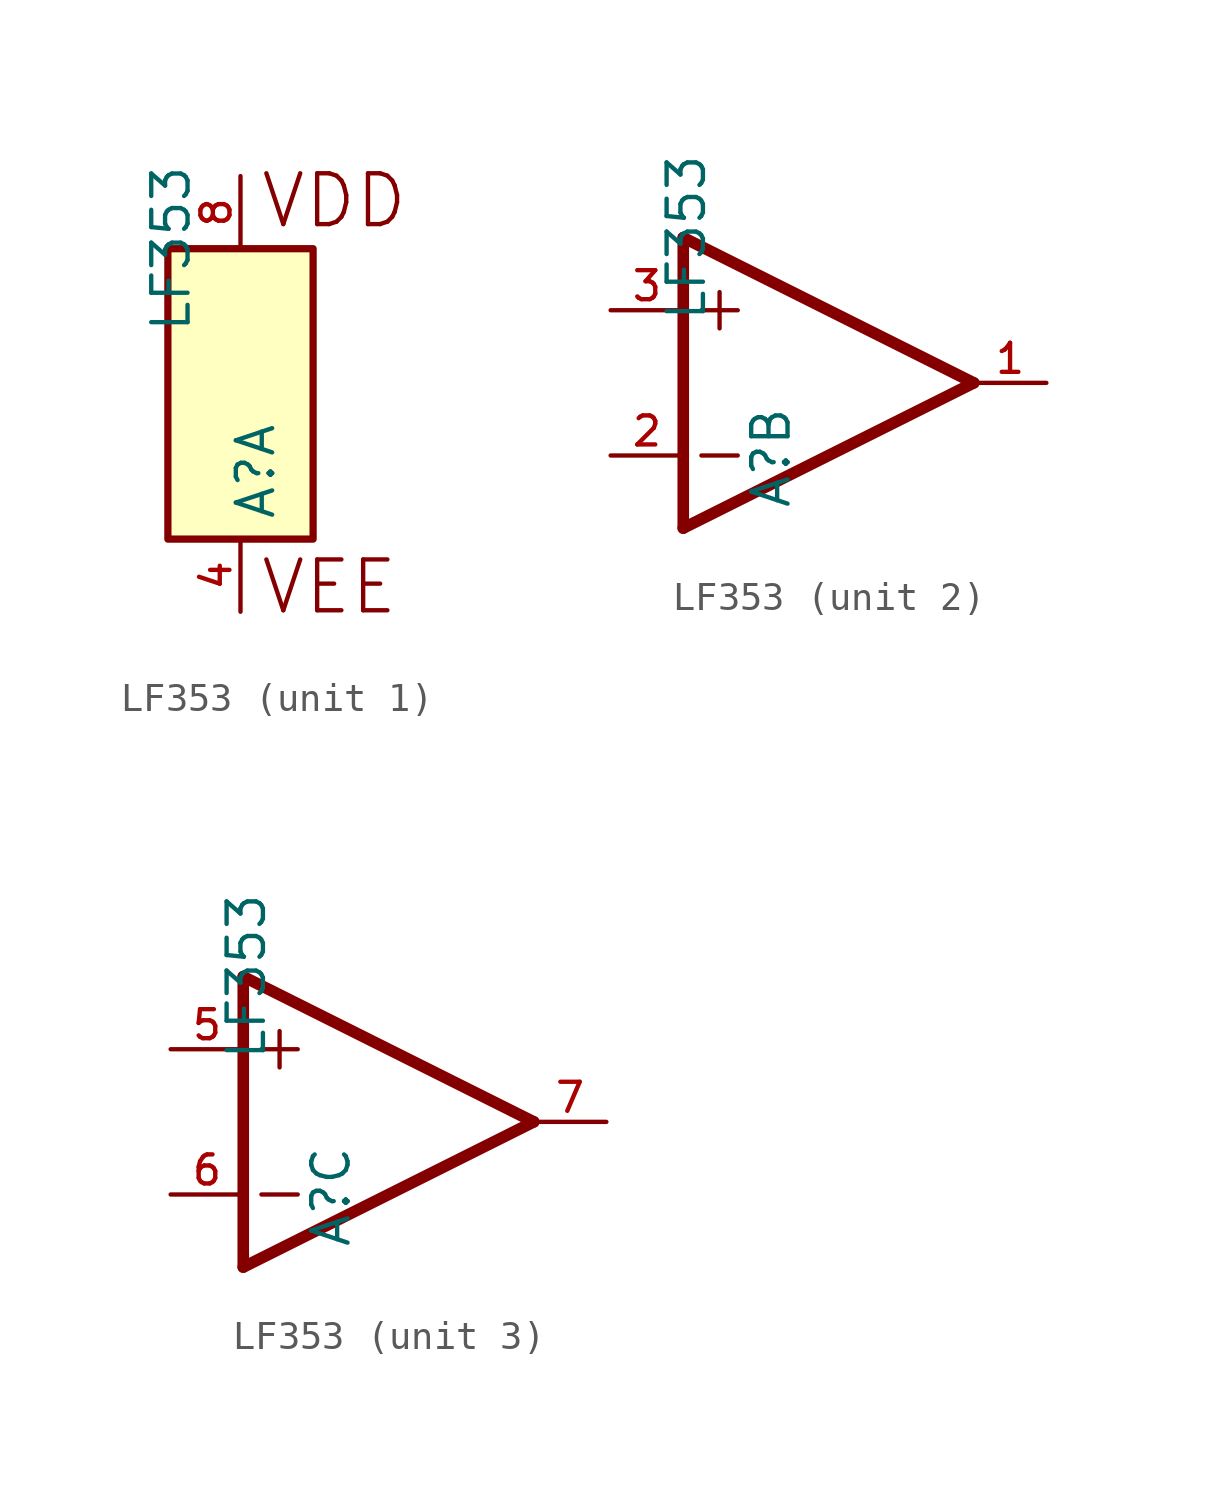
<source format=kicad_sym>
(kicad_symbol_lib
  (version 20211014)
  (generator kicad_symbol_editor)
  (symbol "LF353"
    (pin_names
      (offset 1.016))
    (property "Reference" "A"
      (at 1.27 -4.445 90.0)
      (effects (font (size 1.27 1.27)) (justify bottom left)))
    (property "Value" "LF353"
      (at -3.175 5.08 90.0)
      (effects (font (size 1.27 1.27)) (justify top)))
    (symbol "LF353_1_0"
      (text "VDD" (at 0.635 5.715 0) (effects (font (size 1.778 1.778)) (justify bottom left)))
      (text "VEE" (at 0.635 -5.715 0) (effects (font (size 1.778 1.778)) (justify top left)))
      (rectangle (start -2.54 -5.08) (end 2.54 5.08) (stroke (width 0.254)) (fill (type background)))
      (pin power_in line (at 0.0 7.62 270.0) (length 2.54) (name "~" (effects (font (size 1.016 1.016)))) (number "8" (effects (font (size 1.016 1.016)))))
      (pin power_in line (at 0.0 -7.62 90.0) (length 2.54) (name "~" (effects (font (size 1.016 1.016)))) (number "4" (effects (font (size 1.016 1.016))))))
    (symbol "LF353_2_0"
      (polyline (pts (xy -2.54 5.08) (xy -2.54 -5.08)) (stroke (width 0.406)))
      (polyline (pts (xy -2.54 -5.08) (xy 7.62 0.0)) (stroke (width 0.406)))
      (polyline (pts (xy 7.62 0.0) (xy -2.54 5.08)) (stroke (width 0.406)))
      (polyline (pts (xy -1.27 3.175) (xy -1.27 1.905)) (stroke (width 0.152)))
      (polyline (pts (xy -1.905 2.54) (xy -0.635 2.54)) (stroke (width 0.152)))
      (polyline (pts (xy -1.905 -2.54) (xy -0.635 -2.54)) (stroke (width 0.152)))
      (pin input line (at -5.08 -2.54 0) (length 2.54) (name "~" (effects (font (size 1.016 1.016)))) (number "2" (effects (font (size 1.016 1.016)))))
      (pin input line (at -5.08 2.54 0) (length 2.54) (name "~" (effects (font (size 1.016 1.016)))) (number "3" (effects (font (size 1.016 1.016)))))
      (pin output line (at 10.16 0.0 180.0) (length 2.54) (name "~" (effects (font (size 1.016 1.016)))) (number "1" (effects (font (size 1.016 1.016))))))
    (symbol "LF353_3_0"
      (polyline (pts (xy -2.54 5.08) (xy -2.54 -5.08)) (stroke (width 0.406)))
      (polyline (pts (xy -2.54 -5.08) (xy 7.62 0.0)) (stroke (width 0.406)))
      (polyline (pts (xy 7.62 0.0) (xy -2.54 5.08)) (stroke (width 0.406)))
      (polyline (pts (xy -1.27 3.175) (xy -1.27 1.905)) (stroke (width 0.152)))
      (polyline (pts (xy -1.905 2.54) (xy -0.635 2.54)) (stroke (width 0.152)))
      (polyline (pts (xy -1.905 -2.54) (xy -0.635 -2.54)) (stroke (width 0.152)))
      (pin input line (at -5.08 -2.54 0) (length 2.54) (name "~" (effects (font (size 1.016 1.016)))) (number "6" (effects (font (size 1.016 1.016)))))
      (pin input line (at -5.08 2.54 0) (length 2.54) (name "~" (effects (font (size 1.016 1.016)))) (number "5" (effects (font (size 1.016 1.016)))))
      (pin output line (at 10.16 0.0 180.0) (length 2.54) (name "~" (effects (font (size 1.016 1.016)))) (number "7" (effects (font (size 1.016 1.016))))))))
</source>
